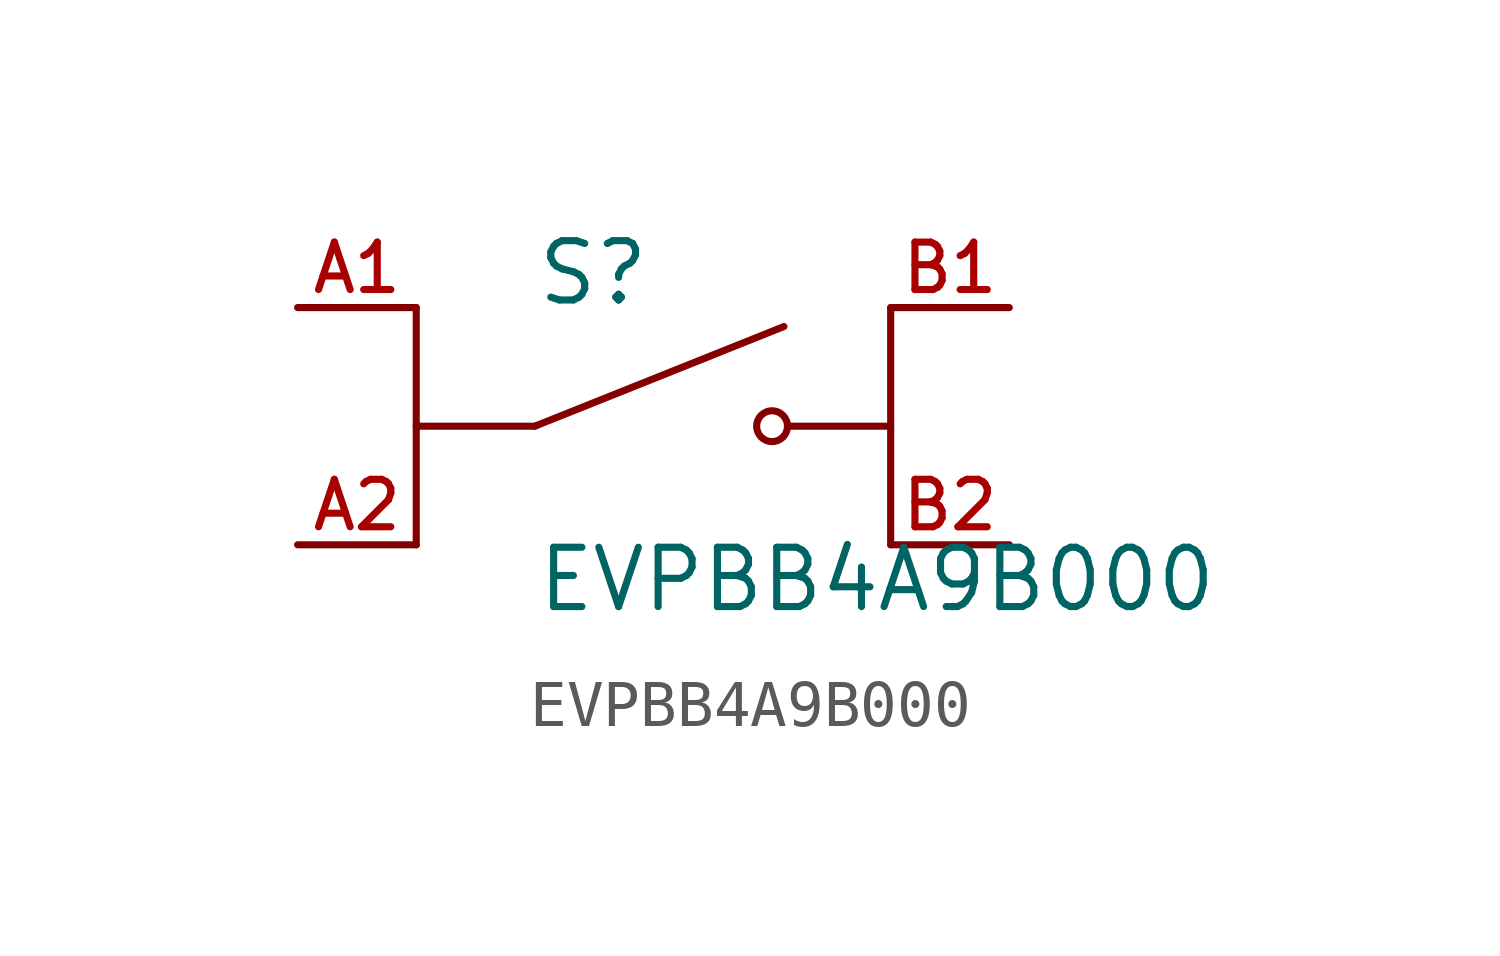
<source format=kicad_sym>
(kicad_symbol_lib
  (version 20241209)
  (generator "kicad_symbol_editor")
  (generator_version "9.0")
  (symbol "EVPBB4A9B000"
    (pin_names
      (offset 1.016))
    (property "Reference" "S"
      (at -2.54 2.54 0)
      (effects (font (size 1.27 1.27)) (justify left bottom)))
    (property "Value" "EVPBB4A9B000"
      (at -2.54 -2.54 0)
      (effects (font (size 1.27 1.27)) (justify left top)))
    (symbol "EVPBB4A9B000_0_0"
      (polyline (pts (xy -5.08 2.54) (xy -5.08 -2.54)) (stroke (width 0.152) (type default)) (fill (type none)))
      (polyline (pts (xy -2.54 0) (xy -5.08 0)) (stroke (width 0.152) (type default)) (fill (type none)))
      (polyline (pts (xy -2.54 0) (xy 2.794 2.134)) (stroke (width 0.152) (type default)) (fill (type none)))
      (circle (center 2.54 0) (radius 0.33) (stroke (width 0.152) (type default)) (fill (type none)))
      (polyline (pts (xy 5.08 2.54) (xy 5.08 -2.54)) (stroke (width 0.152) (type default)) (fill (type none)))
      (polyline (pts (xy 5.08 0) (xy 2.921 0)) (stroke (width 0.152) (type default)) (fill (type none)))
      (pin passive line (at -7.62 2.54 0) (length 2.54) (name "~" (effects (font (size 1.016 1.016)))) (number "A1" (effects (font (size 1.016 1.016)))))
      (pin passive line (at -7.62 -2.54 0) (length 2.54) (name "~" (effects (font (size 1.016 1.016)))) (number "A2" (effects (font (size 1.016 1.016)))))
      (pin passive line (at 7.62 2.54 180) (length 2.54) (name "~" (effects (font (size 1.016 1.016)))) (number "B1" (effects (font (size 1.016 1.016)))))
      (pin passive line (at 7.62 -2.54 180) (length 2.54) (name "~" (effects (font (size 1.016 1.016)))) (number "B2" (effects (font (size 1.016 1.016))))))))
</source>
